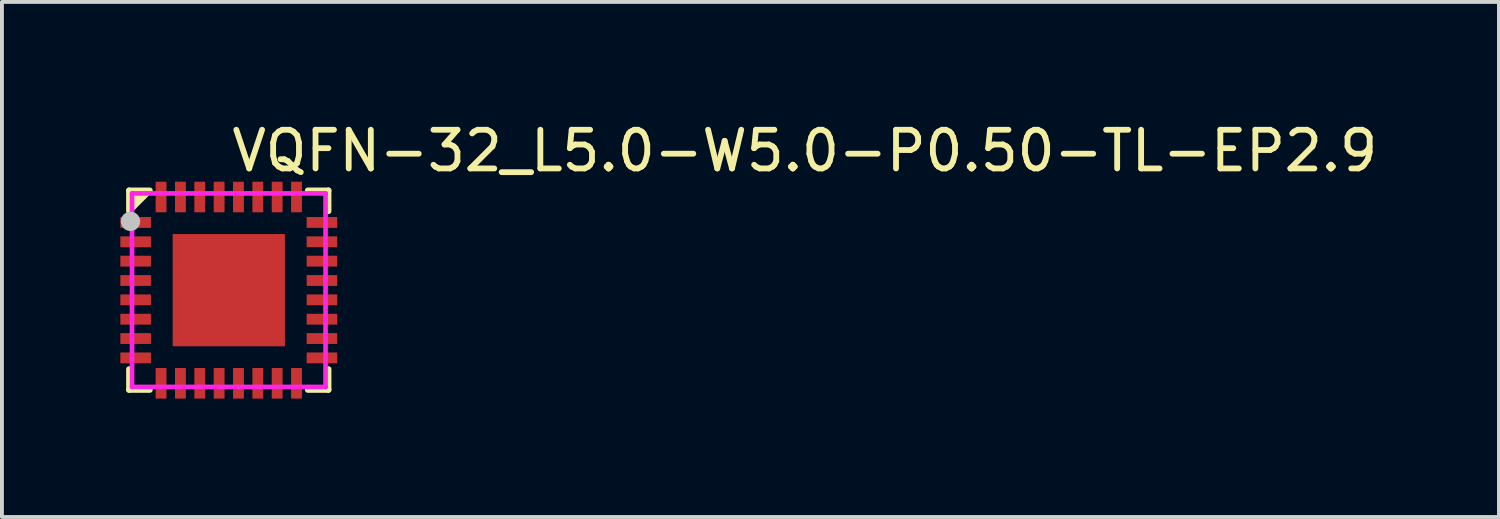
<source format=kicad_pcb>
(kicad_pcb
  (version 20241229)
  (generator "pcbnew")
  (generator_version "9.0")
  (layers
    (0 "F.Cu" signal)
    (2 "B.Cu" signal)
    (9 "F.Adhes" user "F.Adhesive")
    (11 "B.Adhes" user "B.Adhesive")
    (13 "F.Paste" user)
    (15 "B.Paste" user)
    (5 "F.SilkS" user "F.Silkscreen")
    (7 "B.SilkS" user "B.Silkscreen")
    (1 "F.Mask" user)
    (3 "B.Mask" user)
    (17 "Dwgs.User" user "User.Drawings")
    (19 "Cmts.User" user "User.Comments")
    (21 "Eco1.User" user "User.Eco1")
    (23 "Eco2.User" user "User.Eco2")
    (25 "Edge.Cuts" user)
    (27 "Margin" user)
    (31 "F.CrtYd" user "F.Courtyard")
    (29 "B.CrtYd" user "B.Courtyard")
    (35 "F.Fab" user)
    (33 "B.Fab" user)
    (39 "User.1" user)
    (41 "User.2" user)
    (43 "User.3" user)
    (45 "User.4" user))
  (footprint "VQFN-32_L5.0-W5.0-P0.50-TL-EP2.9"
    (layer "F.Cu")
    (at 2.862 4.448)
    (property "Reference" "VQFN-32_L5.0-W5.0-P0.50-TL-EP2.9" (at 0 -3.6 0) (layer "F.SilkS") (effects (font (size 1 1) (thickness 0.15)) (justify left)))
    (attr through_hole)
    (fp_line (start -2.576 -2.576) (end -2.042 -2.576) (stroke (width 0.152) (type solid)) (layer "F.SilkS"))
    (fp_line (start -2.576 -2.042) (end -2.576 -2.576) (stroke (width 0.152) (type solid)) (layer "F.SilkS"))
    (fp_line (start -2.576 2.042) (end -2.576 2.576) (stroke (width 0.152) (type solid)) (layer "F.SilkS"))
    (fp_line (start -2.576 2.576) (end -2.042 2.576) (stroke (width 0.152) (type solid)) (layer "F.SilkS"))
    (fp_line (start -2.069 -2.549) (end -2.549 -2.069) (stroke (width 0.152) (type solid)) (layer "F.SilkS"))
    (fp_line (start 2.576 -2.576) (end 2.042 -2.576) (stroke (width 0.152) (type solid)) (layer "F.SilkS"))
    (fp_line (start 2.576 -2.042) (end 2.576 -2.576) (stroke (width 0.152) (type solid)) (layer "F.SilkS"))
    (fp_line (start 2.576 2.042) (end 2.576 2.576) (stroke (width 0.152) (type solid)) (layer "F.SilkS"))
    (fp_line (start 2.576 2.576) (end 2.042 2.576) (stroke (width 0.152) (type solid)) (layer "F.SilkS"))
    (fp_poly (pts (xy -2.042 -2.576) (xy -2.576 -2.042) (xy -2.576 -2.576)) (stroke (width 0.12) (type solid)) (fill yes) (layer "F.SilkS"))
    (fp_poly (pts (xy -2.012 -1.61) (xy -2.012 -1.89) (xy -2.802 -1.89) (xy -2.802 -1.61)) (stroke (width 0.12) (type solid)) (fill yes) (layer "F.Paste"))
    (fp_poly (pts (xy -2.012 -1.11) (xy -2.012 -1.39) (xy -2.802 -1.39) (xy -2.802 -1.11)) (stroke (width 0.12) (type solid)) (fill yes) (layer "F.Paste"))
    (fp_poly (pts (xy -2.012 -0.61) (xy -2.012 -0.89) (xy -2.802 -0.89) (xy -2.802 -0.61)) (stroke (width 0.12) (type solid)) (fill yes) (layer "F.Paste"))
    (fp_poly (pts (xy -2.012 -0.11) (xy -2.012 -0.39) (xy -2.802 -0.39) (xy -2.802 -0.11)) (stroke (width 0.12) (type solid)) (fill yes) (layer "F.Paste"))
    (fp_poly (pts (xy -2.012 0.39) (xy -2.012 0.11) (xy -2.802 0.11) (xy -2.802 0.39)) (stroke (width 0.12) (type solid)) (fill yes) (layer "F.Paste"))
    (fp_poly (pts (xy -2.012 0.89) (xy -2.012 0.61) (xy -2.802 0.61) (xy -2.802 0.89)) (stroke (width 0.12) (type solid)) (fill yes) (layer "F.Paste"))
    (fp_poly (pts (xy -2.012 1.39) (xy -2.012 1.11) (xy -2.802 1.11) (xy -2.802 1.39)) (stroke (width 0.12) (type solid)) (fill yes) (layer "F.Paste"))
    (fp_poly (pts (xy -2.012 1.89) (xy -2.012 1.61) (xy -2.802 1.61) (xy -2.802 1.89)) (stroke (width 0.12) (type solid)) (fill yes) (layer "F.Paste"))
    (fp_poly (pts (xy -1.61 -2.802) (xy -1.89 -2.802) (xy -1.89 -2.012) (xy -1.61 -2.012)) (stroke (width 0.12) (type solid)) (fill yes) (layer "F.Paste"))
    (fp_poly (pts (xy -1.61 2.012) (xy -1.89 2.012) (xy -1.89 2.802) (xy -1.61 2.802)) (stroke (width 0.12) (type solid)) (fill yes) (layer "F.Paste"))
    (fp_poly (pts (xy -1.16 -1.16) (xy 1.16 -1.16) (xy 1.16 1.16) (xy -1.16 1.16)) (stroke (width 0.12) (type solid)) (fill yes) (layer "F.Paste"))
    (fp_poly (pts (xy -1.11 -2.802) (xy -1.39 -2.802) (xy -1.39 -2.012) (xy -1.11 -2.012)) (stroke (width 0.12) (type solid)) (fill yes) (layer "F.Paste"))
    (fp_poly (pts (xy -1.11 2.012) (xy -1.39 2.012) (xy -1.39 2.802) (xy -1.11 2.802)) (stroke (width 0.12) (type solid)) (fill yes) (layer "F.Paste"))
    (fp_poly (pts (xy -0.61 -2.802) (xy -0.89 -2.802) (xy -0.89 -2.012) (xy -0.61 -2.012)) (stroke (width 0.12) (type solid)) (fill yes) (layer "F.Paste"))
    (fp_poly (pts (xy -0.61 2.012) (xy -0.89 2.012) (xy -0.89 2.802) (xy -0.61 2.802)) (stroke (width 0.12) (type solid)) (fill yes) (layer "F.Paste"))
    (fp_poly (pts (xy -0.11 -2.802) (xy -0.39 -2.802) (xy -0.39 -2.012) (xy -0.11 -2.012)) (stroke (width 0.12) (type solid)) (fill yes) (layer "F.Paste"))
    (fp_poly (pts (xy -0.11 2.012) (xy -0.39 2.012) (xy -0.39 2.802) (xy -0.11 2.802)) (stroke (width 0.12) (type solid)) (fill yes) (layer "F.Paste"))
    (fp_poly (pts (xy 0.39 -2.802) (xy 0.11 -2.802) (xy 0.11 -2.012) (xy 0.39 -2.012)) (stroke (width 0.12) (type solid)) (fill yes) (layer "F.Paste"))
    (fp_poly (pts (xy 0.39 2.012) (xy 0.11 2.012) (xy 0.11 2.802) (xy 0.39 2.802)) (stroke (width 0.12) (type solid)) (fill yes) (layer "F.Paste"))
    (fp_poly (pts (xy 0.89 -2.802) (xy 0.61 -2.802) (xy 0.61 -2.012) (xy 0.89 -2.012)) (stroke (width 0.12) (type solid)) (fill yes) (layer "F.Paste"))
    (fp_poly (pts (xy 0.89 2.012) (xy 0.61 2.012) (xy 0.61 2.802) (xy 0.89 2.802)) (stroke (width 0.12) (type solid)) (fill yes) (layer "F.Paste"))
    (fp_poly (pts (xy 1.39 -2.802) (xy 1.11 -2.802) (xy 1.11 -2.012) (xy 1.39 -2.012)) (stroke (width 0.12) (type solid)) (fill yes) (layer "F.Paste"))
    (fp_poly (pts (xy 1.39 2.012) (xy 1.11 2.012) (xy 1.11 2.802) (xy 1.39 2.802)) (stroke (width 0.12) (type solid)) (fill yes) (layer "F.Paste"))
    (fp_poly (pts (xy 1.89 -2.802) (xy 1.61 -2.802) (xy 1.61 -2.012) (xy 1.89 -2.012)) (stroke (width 0.12) (type solid)) (fill yes) (layer "F.Paste"))
    (fp_poly (pts (xy 1.89 2.012) (xy 1.61 2.012) (xy 1.61 2.802) (xy 1.89 2.802)) (stroke (width 0.12) (type solid)) (fill yes) (layer "F.Paste"))
    (fp_poly (pts (xy 2.802 -1.61) (xy 2.802 -1.89) (xy 2.012 -1.89) (xy 2.012 -1.61)) (stroke (width 0.12) (type solid)) (fill yes) (layer "F.Paste"))
    (fp_poly (pts (xy 2.802 -1.11) (xy 2.802 -1.39) (xy 2.012 -1.39) (xy 2.012 -1.11)) (stroke (width 0.12) (type solid)) (fill yes) (layer "F.Paste"))
    (fp_poly (pts (xy 2.802 -0.61) (xy 2.802 -0.89) (xy 2.012 -0.89) (xy 2.012 -0.61)) (stroke (width 0.12) (type solid)) (fill yes) (layer "F.Paste"))
    (fp_poly (pts (xy 2.802 -0.11) (xy 2.802 -0.39) (xy 2.012 -0.39) (xy 2.012 -0.11)) (stroke (width 0.12) (type solid)) (fill yes) (layer "F.Paste"))
    (fp_poly (pts (xy 2.802 0.39) (xy 2.802 0.11) (xy 2.012 0.11) (xy 2.012 0.39)) (stroke (width 0.12) (type solid)) (fill yes) (layer "F.Paste"))
    (fp_poly (pts (xy 2.802 0.89) (xy 2.802 0.61) (xy 2.012 0.61) (xy 2.012 0.89)) (stroke (width 0.12) (type solid)) (fill yes) (layer "F.Paste"))
    (fp_poly (pts (xy 2.802 1.39) (xy 2.802 1.11) (xy 2.012 1.11) (xy 2.012 1.39)) (stroke (width 0.12) (type solid)) (fill yes) (layer "F.Paste"))
    (fp_poly (pts (xy 2.802 1.89) (xy 2.802 1.61) (xy 2.012 1.61) (xy 2.012 1.89)) (stroke (width 0.12) (type solid)) (fill yes) (layer "F.Paste"))
    (fp_circle (center -2.54 -1.778) (end -2.415 -1.778) (stroke (width 0.25) (type solid)) (fill no) (layer "Dwgs.User"))
    (fp_circle (center -2.5 -2.5) (end -2.47 -2.5) (stroke (width 0.06) (type solid)) (fill no) (layer "Eco2.User"))
    (fp_poly (pts (xy -2.5 -1.625) (xy -2.1 -1.625) (xy -2.1 -1.875) (xy -2.5 -1.875)) (stroke (width 0.12) (type solid)) (fill no) (layer "Eco2.User"))
    (fp_poly (pts (xy -2.5 -1.125) (xy -2.1 -1.125) (xy -2.1 -1.375) (xy -2.5 -1.375)) (stroke (width 0.12) (type solid)) (fill no) (layer "Eco2.User"))
    (fp_poly (pts (xy -2.5 -0.625) (xy -2.1 -0.625) (xy -2.1 -0.875) (xy -2.5 -0.875)) (stroke (width 0.12) (type solid)) (fill no) (layer "Eco2.User"))
    (fp_poly (pts (xy -2.5 -0.125) (xy -2.1 -0.125) (xy -2.1 -0.375) (xy -2.5 -0.375)) (stroke (width 0.12) (type solid)) (fill no) (layer "Eco2.User"))
    (fp_poly (pts (xy -2.5 0.375) (xy -2.1 0.375) (xy -2.1 0.125) (xy -2.5 0.125)) (stroke (width 0.12) (type solid)) (fill no) (layer "Eco2.User"))
    (fp_poly (pts (xy -2.5 0.875) (xy -2.1 0.875) (xy -2.1 0.625) (xy -2.5 0.625)) (stroke (width 0.12) (type solid)) (fill no) (layer "Eco2.User"))
    (fp_poly (pts (xy -2.5 1.375) (xy -2.1 1.375) (xy -2.1 1.125) (xy -2.5 1.125)) (stroke (width 0.12) (type solid)) (fill no) (layer "Eco2.User"))
    (fp_poly (pts (xy -2.5 1.875) (xy -2.1 1.875) (xy -2.1 1.625) (xy -2.5 1.625)) (stroke (width 0.12) (type solid)) (fill no) (layer "Eco2.User"))
    (fp_poly (pts (xy -1.875 -2.5) (xy -1.625 -2.5) (xy -1.625 -2.1) (xy -1.875 -2.1)) (stroke (width 0.12) (type solid)) (fill no) (layer "Eco2.User"))
    (fp_poly (pts (xy -1.875 2.5) (xy -1.625 2.5) (xy -1.625 2.1) (xy -1.875 2.1)) (stroke (width 0.12) (type solid)) (fill no) (layer "Eco2.User"))
    (fp_poly (pts (xy -1.45 -1.45) (xy 1.45 -1.45) (xy 1.45 1.45) (xy -1.45 1.45)) (stroke (width 0.12) (type solid)) (fill no) (layer "Eco2.User"))
    (fp_poly (pts (xy -1.375 -2.5) (xy -1.125 -2.5) (xy -1.125 -2.1) (xy -1.375 -2.1)) (stroke (width 0.12) (type solid)) (fill no) (layer "Eco2.User"))
    (fp_poly (pts (xy -1.375 2.5) (xy -1.125 2.5) (xy -1.125 2.1) (xy -1.375 2.1)) (stroke (width 0.12) (type solid)) (fill no) (layer "Eco2.User"))
    (fp_poly (pts (xy -0.875 -2.5) (xy -0.625 -2.5) (xy -0.625 -2.1) (xy -0.875 -2.1)) (stroke (width 0.12) (type solid)) (fill no) (layer "Eco2.User"))
    (fp_poly (pts (xy -0.875 2.5) (xy -0.625 2.5) (xy -0.625 2.1) (xy -0.875 2.1)) (stroke (width 0.12) (type solid)) (fill no) (layer "Eco2.User"))
    (fp_poly (pts (xy -0.375 -2.5) (xy -0.125 -2.5) (xy -0.125 -2.1) (xy -0.375 -2.1)) (stroke (width 0.12) (type solid)) (fill no) (layer "Eco2.User"))
    (fp_poly (pts (xy -0.375 2.5) (xy -0.125 2.5) (xy -0.125 2.1) (xy -0.375 2.1)) (stroke (width 0.12) (type solid)) (fill no) (layer "Eco2.User"))
    (fp_poly (pts (xy 0.125 -2.5) (xy 0.375 -2.5) (xy 0.375 -2.1) (xy 0.125 -2.1)) (stroke (width 0.12) (type solid)) (fill no) (layer "Eco2.User"))
    (fp_poly (pts (xy 0.125 2.5) (xy 0.375 2.5) (xy 0.375 2.1) (xy 0.125 2.1)) (stroke (width 0.12) (type solid)) (fill no) (layer "Eco2.User"))
    (fp_poly (pts (xy 0.625 -2.5) (xy 0.875 -2.5) (xy 0.875 -2.1) (xy 0.625 -2.1)) (stroke (width 0.12) (type solid)) (fill no) (layer "Eco2.User"))
    (fp_poly (pts (xy 0.625 2.5) (xy 0.875 2.5) (xy 0.875 2.1) (xy 0.625 2.1)) (stroke (width 0.12) (type solid)) (fill no) (layer "Eco2.User"))
    (fp_poly (pts (xy 1.125 -2.5) (xy 1.375 -2.5) (xy 1.375 -2.1) (xy 1.125 -2.1)) (stroke (width 0.12) (type solid)) (fill no) (layer "Eco2.User"))
    (fp_poly (pts (xy 1.125 2.5) (xy 1.375 2.5) (xy 1.375 2.1) (xy 1.125 2.1)) (stroke (width 0.12) (type solid)) (fill no) (layer "Eco2.User"))
    (fp_poly (pts (xy 1.625 -2.5) (xy 1.875 -2.5) (xy 1.875 -2.1) (xy 1.625 -2.1)) (stroke (width 0.12) (type solid)) (fill no) (layer "Eco2.User"))
    (fp_poly (pts (xy 1.625 2.5) (xy 1.875 2.5) (xy 1.875 2.1) (xy 1.625 2.1)) (stroke (width 0.12) (type solid)) (fill no) (layer "Eco2.User"))
    (fp_poly (pts (xy 2.5 -1.625) (xy 2.1 -1.625) (xy 2.1 -1.875) (xy 2.5 -1.875)) (stroke (width 0.12) (type solid)) (fill no) (layer "Eco2.User"))
    (fp_poly (pts (xy 2.5 -1.125) (xy 2.1 -1.125) (xy 2.1 -1.375) (xy 2.5 -1.375)) (stroke (width 0.12) (type solid)) (fill no) (layer "Eco2.User"))
    (fp_poly (pts (xy 2.5 -0.625) (xy 2.1 -0.625) (xy 2.1 -0.875) (xy 2.5 -0.875)) (stroke (width 0.12) (type solid)) (fill no) (layer "Eco2.User"))
    (fp_poly (pts (xy 2.5 -0.125) (xy 2.1 -0.125) (xy 2.1 -0.375) (xy 2.5 -0.375)) (stroke (width 0.12) (type solid)) (fill no) (layer "Eco2.User"))
    (fp_poly (pts (xy 2.5 0.375) (xy 2.1 0.375) (xy 2.1 0.125) (xy 2.5 0.125)) (stroke (width 0.12) (type solid)) (fill no) (layer "Eco2.User"))
    (fp_poly (pts (xy 2.5 0.875) (xy 2.1 0.875) (xy 2.1 0.625) (xy 2.5 0.625)) (stroke (width 0.12) (type solid)) (fill no) (layer "Eco2.User"))
    (fp_poly (pts (xy 2.5 1.375) (xy 2.1 1.375) (xy 2.1 1.125) (xy 2.5 1.125)) (stroke (width 0.12) (type solid)) (fill no) (layer "Eco2.User"))
    (fp_poly (pts (xy 2.5 1.875) (xy 2.1 1.875) (xy 2.1 1.625) (xy 2.5 1.625)) (stroke (width 0.12) (type solid)) (fill no) (layer "Eco2.User"))
    (fp_line (start -2.5 -2.5) (end -2.5 2.5) (stroke (width 0.12) (type solid)) (layer "F.CrtYd"))
    (fp_line (start -2.5 2.5) (end 2.5 2.5) (stroke (width 0.12) (type solid)) (layer "F.CrtYd"))
    (fp_line (start 2.5 -2.5) (end -2.5 -2.5) (stroke (width 0.12) (type solid)) (layer "F.CrtYd"))
    (fp_line (start 2.5 -2.5) (end 2.5 -2.5) (stroke (width 0.12) (type solid)) (layer "F.CrtYd"))
    (fp_line (start 2.5 2.5) (end 2.5 -2.5) (stroke (width 0.12) (type solid)) (layer "F.CrtYd"))
    (fp_line (start 2.5 2.5) (end 2.5 2.5) (stroke (width 0.12) (type solid)) (layer "F.CrtYd"))
    (pad "1" smd rect (at -2.407 -1.75) (size 0.79 0.28) (layers "F.Cu" "F.Mask" "F.Paste"))
    (pad "2" smd rect (at -2.407 -1.25) (size 0.79 0.28) (layers "F.Cu" "F.Mask" "F.Paste"))
    (pad "3" smd rect (at -2.407 -0.75) (size 0.79 0.28) (layers "F.Cu" "F.Mask" "F.Paste"))
    (pad "4" smd rect (at -2.407 -0.25) (size 0.79 0.28) (layers "F.Cu" "F.Mask" "F.Paste"))
    (pad "5" smd rect (at -2.407 0.25) (size 0.79 0.28) (layers "F.Cu" "F.Mask" "F.Paste"))
    (pad "6" smd rect (at -2.407 0.75) (size 0.79 0.28) (layers "F.Cu" "F.Mask" "F.Paste"))
    (pad "7" smd rect (at -2.407 1.25) (size 0.79 0.28) (layers "F.Cu" "F.Mask" "F.Paste"))
    (pad "8" smd rect (at -2.407 1.75) (size 0.79 0.28) (layers "F.Cu" "F.Mask" "F.Paste"))
    (pad "9" smd rect (at -1.75 2.407) (size 0.28 0.79) (layers "F.Cu" "F.Mask" "F.Paste"))
    (pad "10" smd rect (at -1.25 2.407) (size 0.28 0.79) (layers "F.Cu" "F.Mask" "F.Paste"))
    (pad "11" smd rect (at -0.75 2.407) (size 0.28 0.79) (layers "F.Cu" "F.Mask" "F.Paste"))
    (pad "12" smd rect (at -0.25 2.407) (size 0.28 0.79) (layers "F.Cu" "F.Mask" "F.Paste"))
    (pad "13" smd rect (at 0.25 2.407) (size 0.28 0.79) (layers "F.Cu" "F.Mask" "F.Paste"))
    (pad "14" smd rect (at 0.75 2.407) (size 0.28 0.79) (layers "F.Cu" "F.Mask" "F.Paste"))
    (pad "15" smd rect (at 1.25 2.407) (size 0.28 0.79) (layers "F.Cu" "F.Mask" "F.Paste"))
    (pad "16" smd rect (at 1.75 2.407) (size 0.28 0.79) (layers "F.Cu" "F.Mask" "F.Paste"))
    (pad "17" smd rect (at 2.407 1.75) (size 0.79 0.28) (layers "F.Cu" "F.Mask" "F.Paste"))
    (pad "18" smd rect (at 2.407 1.25) (size 0.79 0.28) (layers "F.Cu" "F.Mask" "F.Paste"))
    (pad "19" smd rect (at 2.407 0.75) (size 0.79 0.28) (layers "F.Cu" "F.Mask" "F.Paste"))
    (pad "20" smd rect (at 2.407 0.25) (size 0.79 0.28) (layers "F.Cu" "F.Mask" "F.Paste"))
    (pad "21" smd rect (at 2.407 -0.25) (size 0.79 0.28) (layers "F.Cu" "F.Mask" "F.Paste"))
    (pad "22" smd rect (at 2.407 -0.75) (size 0.79 0.28) (layers "F.Cu" "F.Mask" "F.Paste"))
    (pad "23" smd rect (at 2.407 -1.25) (size 0.79 0.28) (layers "F.Cu" "F.Mask" "F.Paste"))
    (pad "24" smd rect (at 2.407 -1.75) (size 0.79 0.28) (layers "F.Cu" "F.Mask" "F.Paste"))
    (pad "25" smd rect (at 1.75 -2.407) (size 0.28 0.79) (layers "F.Cu" "F.Mask" "F.Paste"))
    (pad "26" smd rect (at 1.25 -2.407) (size 0.28 0.79) (layers "F.Cu" "F.Mask" "F.Paste"))
    (pad "27" smd rect (at 0.75 -2.407) (size 0.28 0.79) (layers "F.Cu" "F.Mask" "F.Paste"))
    (pad "28" smd rect (at 0.25 -2.407) (size 0.28 0.79) (layers "F.Cu" "F.Mask" "F.Paste"))
    (pad "29" smd rect (at -0.25 -2.407) (size 0.28 0.79) (layers "F.Cu" "F.Mask" "F.Paste"))
    (pad "30" smd rect (at -0.75 -2.407) (size 0.28 0.79) (layers "F.Cu" "F.Mask" "F.Paste"))
    (pad "31" smd rect (at -1.25 -2.407) (size 0.28 0.79) (layers "F.Cu" "F.Mask" "F.Paste"))
    (pad "32" smd rect (at -1.75 -2.407) (size 0.28 0.79) (layers "F.Cu" "F.Mask" "F.Paste"))
    (pad "33" smd rect (at 0 0) (size 2.9 2.9) (layers "F.Cu" "F.Mask" "F.Paste")))
  (gr_rect
    (start -3 -3)
    (end 35.683 10.31)
    (stroke (width 0.1) (type default))
    (fill no)
    (layer "Edge.Cuts")))
</source>
